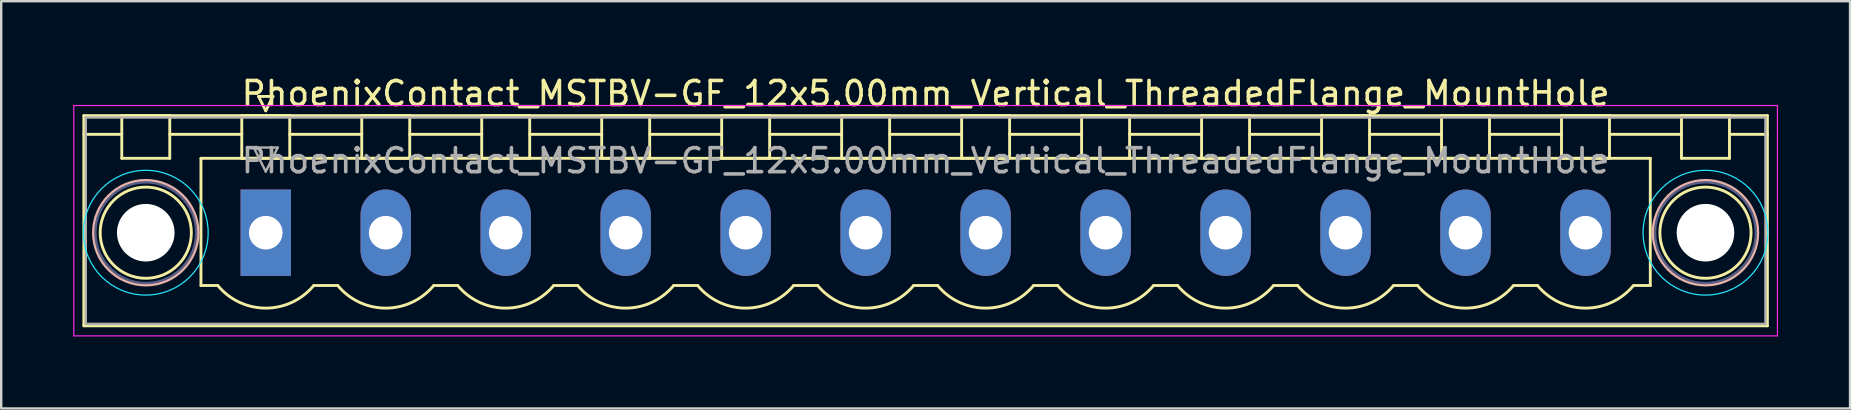
<source format=kicad_pcb>
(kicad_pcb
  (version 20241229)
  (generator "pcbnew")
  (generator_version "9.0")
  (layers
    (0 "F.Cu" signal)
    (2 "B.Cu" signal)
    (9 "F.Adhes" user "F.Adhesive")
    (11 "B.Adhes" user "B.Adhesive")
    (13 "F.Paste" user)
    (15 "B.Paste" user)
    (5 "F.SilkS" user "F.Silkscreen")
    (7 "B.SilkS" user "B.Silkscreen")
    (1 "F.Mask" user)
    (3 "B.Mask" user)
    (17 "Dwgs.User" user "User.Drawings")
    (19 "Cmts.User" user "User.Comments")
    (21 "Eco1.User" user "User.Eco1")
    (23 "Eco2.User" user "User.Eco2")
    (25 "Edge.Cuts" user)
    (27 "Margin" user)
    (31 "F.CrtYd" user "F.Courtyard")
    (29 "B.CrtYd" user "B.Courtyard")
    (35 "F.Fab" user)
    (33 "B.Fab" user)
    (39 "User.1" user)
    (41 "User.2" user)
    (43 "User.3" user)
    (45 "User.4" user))
  (footprint "PhoenixContact_MSTBV-GF_12x5.00mm_Vertical_ThreadedFlange_MountHole"
    (layer "F.Cu")
    (at 8.025 6.648)
    (property "Reference" "PhoenixContact_MSTBV-GF_12x5.00mm_Vertical_ThreadedFlange_MountHole" (at 27.5 -5.8 0) (layer "F.SilkS") (effects (font (size 1 1) (thickness 0.15))))
    (attr through_hole)
    (fp_line (start -7.58 -4.88) (end -7.58 3.88) (stroke (width 0.12) (type solid)) (layer "F.SilkS"))
    (fp_line (start -7.58 -4.1) (end -6.08 -4.1) (stroke (width 0.12) (type solid)) (layer "F.SilkS"))
    (fp_line (start -7.58 3.88) (end 62.58 3.88) (stroke (width 0.12) (type solid)) (layer "F.SilkS"))
    (fp_line (start -6 -4.88) (end -4 -4.88) (stroke (width 0.12) (type solid)) (layer "F.SilkS"))
    (fp_line (start -6 -3.1) (end -6 -4.88) (stroke (width 0.12) (type solid)) (layer "F.SilkS"))
    (fp_line (start -4 -4.88) (end -4 -3.1) (stroke (width 0.12) (type solid)) (layer "F.SilkS"))
    (fp_line (start -4 -4.1) (end -1 -4.1) (stroke (width 0.12) (type solid)) (layer "F.SilkS"))
    (fp_line (start -4 -3.1) (end -6 -3.1) (stroke (width 0.12) (type solid)) (layer "F.SilkS"))
    (fp_line (start -2.7 -3.1) (end 57.7 -3.1) (stroke (width 0.12) (type solid)) (layer "F.SilkS"))
    (fp_line (start -2.7 2.2) (end -2.7 -3.1) (stroke (width 0.12) (type solid)) (layer "F.SilkS"))
    (fp_line (start -2 2.2) (end -2.7 2.2) (stroke (width 0.12) (type solid)) (layer "F.SilkS"))
    (fp_line (start -1 -4.88) (end 1 -4.88) (stroke (width 0.12) (type solid)) (layer "F.SilkS"))
    (fp_line (start -1 -3.1) (end -1 -4.88) (stroke (width 0.12) (type solid)) (layer "F.SilkS"))
    (fp_line (start -0.3 -5.68) (end 0.3 -5.68) (stroke (width 0.12) (type solid)) (layer "F.SilkS"))
    (fp_line (start 0 -5.08) (end -0.3 -5.68) (stroke (width 0.12) (type solid)) (layer "F.SilkS"))
    (fp_line (start 0.3 -5.68) (end 0 -5.08) (stroke (width 0.12) (type solid)) (layer "F.SilkS"))
    (fp_line (start 1 -4.88) (end 1 -3.1) (stroke (width 0.12) (type solid)) (layer "F.SilkS"))
    (fp_line (start 1 -4.1) (end 4 -4.1) (stroke (width 0.12) (type solid)) (layer "F.SilkS"))
    (fp_line (start 1 -3.1) (end -1 -3.1) (stroke (width 0.12) (type solid)) (layer "F.SilkS"))
    (fp_line (start 2 2.2) (end 3 2.2) (stroke (width 0.12) (type solid)) (layer "F.SilkS"))
    (fp_line (start 4 -4.88) (end 6 -4.88) (stroke (width 0.12) (type solid)) (layer "F.SilkS"))
    (fp_line (start 4 -3.1) (end 4 -4.88) (stroke (width 0.12) (type solid)) (layer "F.SilkS"))
    (fp_line (start 6 -4.88) (end 6 -3.1) (stroke (width 0.12) (type solid)) (layer "F.SilkS"))
    (fp_line (start 6 -4.1) (end 9 -4.1) (stroke (width 0.12) (type solid)) (layer "F.SilkS"))
    (fp_line (start 6 -3.1) (end 4 -3.1) (stroke (width 0.12) (type solid)) (layer "F.SilkS"))
    (fp_line (start 7 2.2) (end 8 2.2) (stroke (width 0.12) (type solid)) (layer "F.SilkS"))
    (fp_line (start 9 -4.88) (end 11 -4.88) (stroke (width 0.12) (type solid)) (layer "F.SilkS"))
    (fp_line (start 9 -3.1) (end 9 -4.88) (stroke (width 0.12) (type solid)) (layer "F.SilkS"))
    (fp_line (start 11 -4.88) (end 11 -3.1) (stroke (width 0.12) (type solid)) (layer "F.SilkS"))
    (fp_line (start 11 -4.1) (end 14 -4.1) (stroke (width 0.12) (type solid)) (layer "F.SilkS"))
    (fp_line (start 11 -3.1) (end 9 -3.1) (stroke (width 0.12) (type solid)) (layer "F.SilkS"))
    (fp_line (start 12 2.2) (end 13 2.2) (stroke (width 0.12) (type solid)) (layer "F.SilkS"))
    (fp_line (start 14 -4.88) (end 16 -4.88) (stroke (width 0.12) (type solid)) (layer "F.SilkS"))
    (fp_line (start 14 -3.1) (end 14 -4.88) (stroke (width 0.12) (type solid)) (layer "F.SilkS"))
    (fp_line (start 16 -4.88) (end 16 -3.1) (stroke (width 0.12) (type solid)) (layer "F.SilkS"))
    (fp_line (start 16 -4.1) (end 19 -4.1) (stroke (width 0.12) (type solid)) (layer "F.SilkS"))
    (fp_line (start 16 -3.1) (end 14 -3.1) (stroke (width 0.12) (type solid)) (layer "F.SilkS"))
    (fp_line (start 17 2.2) (end 18 2.2) (stroke (width 0.12) (type solid)) (layer "F.SilkS"))
    (fp_line (start 19 -4.88) (end 21 -4.88) (stroke (width 0.12) (type solid)) (layer "F.SilkS"))
    (fp_line (start 19 -3.1) (end 19 -4.88) (stroke (width 0.12) (type solid)) (layer "F.SilkS"))
    (fp_line (start 21 -4.88) (end 21 -3.1) (stroke (width 0.12) (type solid)) (layer "F.SilkS"))
    (fp_line (start 21 -4.1) (end 24 -4.1) (stroke (width 0.12) (type solid)) (layer "F.SilkS"))
    (fp_line (start 21 -3.1) (end 19 -3.1) (stroke (width 0.12) (type solid)) (layer "F.SilkS"))
    (fp_line (start 22 2.2) (end 23 2.2) (stroke (width 0.12) (type solid)) (layer "F.SilkS"))
    (fp_line (start 24 -4.88) (end 26 -4.88) (stroke (width 0.12) (type solid)) (layer "F.SilkS"))
    (fp_line (start 24 -3.1) (end 24 -4.88) (stroke (width 0.12) (type solid)) (layer "F.SilkS"))
    (fp_line (start 26 -4.88) (end 26 -3.1) (stroke (width 0.12) (type solid)) (layer "F.SilkS"))
    (fp_line (start 26 -4.1) (end 29 -4.1) (stroke (width 0.12) (type solid)) (layer "F.SilkS"))
    (fp_line (start 26 -3.1) (end 24 -3.1) (stroke (width 0.12) (type solid)) (layer "F.SilkS"))
    (fp_line (start 27 2.2) (end 28 2.2) (stroke (width 0.12) (type solid)) (layer "F.SilkS"))
    (fp_line (start 29 -4.88) (end 31 -4.88) (stroke (width 0.12) (type solid)) (layer "F.SilkS"))
    (fp_line (start 29 -3.1) (end 29 -4.88) (stroke (width 0.12) (type solid)) (layer "F.SilkS"))
    (fp_line (start 31 -4.88) (end 31 -3.1) (stroke (width 0.12) (type solid)) (layer "F.SilkS"))
    (fp_line (start 31 -4.1) (end 34 -4.1) (stroke (width 0.12) (type solid)) (layer "F.SilkS"))
    (fp_line (start 31 -3.1) (end 29 -3.1) (stroke (width 0.12) (type solid)) (layer "F.SilkS"))
    (fp_line (start 32 2.2) (end 33 2.2) (stroke (width 0.12) (type solid)) (layer "F.SilkS"))
    (fp_line (start 34 -4.88) (end 36 -4.88) (stroke (width 0.12) (type solid)) (layer "F.SilkS"))
    (fp_line (start 34 -3.1) (end 34 -4.88) (stroke (width 0.12) (type solid)) (layer "F.SilkS"))
    (fp_line (start 36 -4.88) (end 36 -3.1) (stroke (width 0.12) (type solid)) (layer "F.SilkS"))
    (fp_line (start 36 -4.1) (end 39 -4.1) (stroke (width 0.12) (type solid)) (layer "F.SilkS"))
    (fp_line (start 36 -3.1) (end 34 -3.1) (stroke (width 0.12) (type solid)) (layer "F.SilkS"))
    (fp_line (start 37 2.2) (end 38 2.2) (stroke (width 0.12) (type solid)) (layer "F.SilkS"))
    (fp_line (start 39 -4.88) (end 41 -4.88) (stroke (width 0.12) (type solid)) (layer "F.SilkS"))
    (fp_line (start 39 -3.1) (end 39 -4.88) (stroke (width 0.12) (type solid)) (layer "F.SilkS"))
    (fp_line (start 41 -4.88) (end 41 -3.1) (stroke (width 0.12) (type solid)) (layer "F.SilkS"))
    (fp_line (start 41 -4.1) (end 44 -4.1) (stroke (width 0.12) (type solid)) (layer "F.SilkS"))
    (fp_line (start 41 -3.1) (end 39 -3.1) (stroke (width 0.12) (type solid)) (layer "F.SilkS"))
    (fp_line (start 42 2.2) (end 43 2.2) (stroke (width 0.12) (type solid)) (layer "F.SilkS"))
    (fp_line (start 44 -4.88) (end 46 -4.88) (stroke (width 0.12) (type solid)) (layer "F.SilkS"))
    (fp_line (start 44 -3.1) (end 44 -4.88) (stroke (width 0.12) (type solid)) (layer "F.SilkS"))
    (fp_line (start 46 -4.88) (end 46 -3.1) (stroke (width 0.12) (type solid)) (layer "F.SilkS"))
    (fp_line (start 46 -4.1) (end 49 -4.1) (stroke (width 0.12) (type solid)) (layer "F.SilkS"))
    (fp_line (start 46 -3.1) (end 44 -3.1) (stroke (width 0.12) (type solid)) (layer "F.SilkS"))
    (fp_line (start 47 2.2) (end 48 2.2) (stroke (width 0.12) (type solid)) (layer "F.SilkS"))
    (fp_line (start 49 -4.88) (end 51 -4.88) (stroke (width 0.12) (type solid)) (layer "F.SilkS"))
    (fp_line (start 49 -3.1) (end 49 -4.88) (stroke (width 0.12) (type solid)) (layer "F.SilkS"))
    (fp_line (start 51 -4.88) (end 51 -3.1) (stroke (width 0.12) (type solid)) (layer "F.SilkS"))
    (fp_line (start 51 -4.1) (end 54 -4.1) (stroke (width 0.12) (type solid)) (layer "F.SilkS"))
    (fp_line (start 51 -3.1) (end 49 -3.1) (stroke (width 0.12) (type solid)) (layer "F.SilkS"))
    (fp_line (start 52 2.2) (end 53 2.2) (stroke (width 0.12) (type solid)) (layer "F.SilkS"))
    (fp_line (start 54 -4.88) (end 56 -4.88) (stroke (width 0.12) (type solid)) (layer "F.SilkS"))
    (fp_line (start 54 -3.1) (end 54 -4.88) (stroke (width 0.12) (type solid)) (layer "F.SilkS"))
    (fp_line (start 56 -4.88) (end 56 -3.1) (stroke (width 0.12) (type solid)) (layer "F.SilkS"))
    (fp_line (start 56 -4.1) (end 59 -4.1) (stroke (width 0.12) (type solid)) (layer "F.SilkS"))
    (fp_line (start 56 -3.1) (end 54 -3.1) (stroke (width 0.12) (type solid)) (layer "F.SilkS"))
    (fp_line (start 57.7 -3.1) (end 57.7 2.2) (stroke (width 0.12) (type solid)) (layer "F.SilkS"))
    (fp_line (start 57.7 2.2) (end 57 2.2) (stroke (width 0.12) (type solid)) (layer "F.SilkS"))
    (fp_line (start 59 -4.88) (end 61 -4.88) (stroke (width 0.12) (type solid)) (layer "F.SilkS"))
    (fp_line (start 59 -3.1) (end 59 -4.88) (stroke (width 0.12) (type solid)) (layer "F.SilkS"))
    (fp_line (start 61 -4.88) (end 61 -3.1) (stroke (width 0.12) (type solid)) (layer "F.SilkS"))
    (fp_line (start 61 -3.1) (end 59 -3.1) (stroke (width 0.12) (type solid)) (layer "F.SilkS"))
    (fp_line (start 62.58 -4.88) (end -7.58 -4.88) (stroke (width 0.12) (type solid)) (layer "F.SilkS"))
    (fp_line (start 62.58 -4.1) (end 61.08 -4.1) (stroke (width 0.12) (type solid)) (layer "F.SilkS"))
    (fp_line (start 62.58 3.88) (end 62.58 -4.88) (stroke (width 0.12) (type solid)) (layer "F.SilkS"))
    (fp_arc (start 1.986842 2.215821) (mid -0.010289 3.142758) (end -2 2.2) (stroke (width 0.12) (type solid)) (layer "F.SilkS"))
    (fp_arc (start 6.986842 2.215821) (mid 4.989711 3.142758) (end 3 2.2) (stroke (width 0.12) (type solid)) (layer "F.SilkS"))
    (fp_arc (start 11.986842 2.215821) (mid 9.989711 3.142758) (end 8 2.2) (stroke (width 0.12) (type solid)) (layer "F.SilkS"))
    (fp_arc (start 16.986842 2.215821) (mid 14.989711 3.142758) (end 13 2.2) (stroke (width 0.12) (type solid)) (layer "F.SilkS"))
    (fp_arc (start 21.986842 2.215821) (mid 19.989711 3.142758) (end 18 2.2) (stroke (width 0.12) (type solid)) (layer "F.SilkS"))
    (fp_arc (start 26.986842 2.215821) (mid 24.989711 3.142758) (end 23 2.2) (stroke (width 0.12) (type solid)) (layer "F.SilkS"))
    (fp_arc (start 31.986842 2.215821) (mid 29.989711 3.142758) (end 28 2.2) (stroke (width 0.12) (type solid)) (layer "F.SilkS"))
    (fp_arc (start 36.986842 2.215821) (mid 34.989711 3.142758) (end 33 2.2) (stroke (width 0.12) (type solid)) (layer "F.SilkS"))
    (fp_arc (start 41.986842 2.215821) (mid 39.989711 3.142758) (end 38 2.2) (stroke (width 0.12) (type solid)) (layer "F.SilkS"))
    (fp_arc (start 46.986842 2.215821) (mid 44.989711 3.142758) (end 43 2.2) (stroke (width 0.12) (type solid)) (layer "F.SilkS"))
    (fp_arc (start 51.986842 2.215821) (mid 49.989711 3.142758) (end 48 2.2) (stroke (width 0.12) (type solid)) (layer "F.SilkS"))
    (fp_arc (start 56.986842 2.215821) (mid 54.989711 3.142758) (end 53 2.2) (stroke (width 0.12) (type solid)) (layer "F.SilkS"))
    (fp_circle (center -5 0) (end -3.1 0) (stroke (width 0.12) (type solid)) (fill no) (layer "F.SilkS"))
    (fp_circle (center 60 0) (end 61.9 0) (stroke (width 0.12) (type solid)) (fill no) (layer "F.SilkS"))
    (fp_circle (center -5 0) (end -2.82 0) (stroke (width 0.12) (type solid)) (fill no) (layer "B.SilkS"))
    (fp_circle (center 60 0) (end 62.18 0) (stroke (width 0.12) (type solid)) (fill no) (layer "B.SilkS"))
    (fp_circle (center -5 0) (end -2.4 0) (stroke (width 0.05) (type solid)) (fill no) (layer "B.CrtYd"))
    (fp_circle (center 60 0) (end 62.6 0) (stroke (width 0.05) (type solid)) (fill no) (layer "B.CrtYd"))
    (fp_line (start -8 -5.3) (end -8 4.3) (stroke (width 0.05) (type solid)) (layer "F.CrtYd"))
    (fp_line (start -8 4.3) (end 63 4.3) (stroke (width 0.05) (type solid)) (layer "F.CrtYd"))
    (fp_line (start 63 -5.3) (end -8 -5.3) (stroke (width 0.05) (type solid)) (layer "F.CrtYd"))
    (fp_line (start 63 4.3) (end 63 -5.3) (stroke (width 0.05) (type solid)) (layer "F.CrtYd"))
    (fp_circle (center -5 0) (end -2.9 0) (stroke (width 0.1) (type solid)) (fill no) (layer "B.Fab"))
    (fp_circle (center 60 0) (end 62.1 0) (stroke (width 0.1) (type solid)) (fill no) (layer "B.Fab"))
    (fp_line (start -7.5 -4.8) (end -7.5 3.8) (stroke (width 0.1) (type solid)) (layer "F.Fab"))
    (fp_line (start -7.5 3.8) (end 62.5 3.8) (stroke (width 0.1) (type solid)) (layer "F.Fab"))
    (fp_line (start -0.5 -3.55) (end 0.5 -3.55) (stroke (width 0.1) (type solid)) (layer "F.Fab"))
    (fp_line (start 0 -2.55) (end -0.5 -3.55) (stroke (width 0.1) (type solid)) (layer "F.Fab"))
    (fp_line (start 0.5 -3.55) (end 0 -2.55) (stroke (width 0.1) (type solid)) (layer "F.Fab"))
    (fp_line (start 62.5 -4.8) (end -7.5 -4.8) (stroke (width 0.1) (type solid)) (layer "F.Fab"))
    (fp_line (start 62.5 3.8) (end 62.5 -4.8) (stroke (width 0.1) (type solid)) (layer "F.Fab"))
    (fp_text user "${REFERENCE}" (at 27.5 -3 0) (layer "F.Fab") (effects (font (size 1 1) (thickness 0.15))))
    (pad "" np_thru_hole circle (at -5 0) (size 2.4 2.4) (drill 2.4) (layers "*.Cu" "*.Mask"))
    (pad "" np_thru_hole circle (at 60 0) (size 2.4 2.4) (drill 2.4) (layers "*.Cu" "*.Mask"))
    (pad "1" thru_hole rect (at 0 0) (size 2.1 3.6) (drill 1.4) (layers "*.Cu" "*.Mask"))
    (pad "2" thru_hole oval (at 5 0) (size 2.1 3.6) (drill 1.4) (layers "*.Cu" "*.Mask"))
    (pad "3" thru_hole oval (at 10 0) (size 2.1 3.6) (drill 1.4) (layers "*.Cu" "*.Mask"))
    (pad "4" thru_hole oval (at 15 0) (size 2.1 3.6) (drill 1.4) (layers "*.Cu" "*.Mask"))
    (pad "5" thru_hole oval (at 20 0) (size 2.1 3.6) (drill 1.4) (layers "*.Cu" "*.Mask"))
    (pad "6" thru_hole oval (at 25 0) (size 2.1 3.6) (drill 1.4) (layers "*.Cu" "*.Mask"))
    (pad "7" thru_hole oval (at 30 0) (size 2.1 3.6) (drill 1.4) (layers "*.Cu" "*.Mask"))
    (pad "8" thru_hole oval (at 35 0) (size 2.1 3.6) (drill 1.4) (layers "*.Cu" "*.Mask"))
    (pad "9" thru_hole oval (at 40 0) (size 2.1 3.6) (drill 1.4) (layers "*.Cu" "*.Mask"))
    (pad "10" thru_hole oval (at 45 0) (size 2.1 3.6) (drill 1.4) (layers "*.Cu" "*.Mask"))
    (pad "11" thru_hole oval (at 50 0) (size 2.1 3.6) (drill 1.4) (layers "*.Cu" "*.Mask"))
    (pad "12" thru_hole oval (at 55 0) (size 2.1 3.6) (drill 1.4) (layers "*.Cu" "*.Mask")))
  (gr_rect
    (start -3 -3)
    (end 74.05 13.973)
    (stroke (width 0.1) (type default))
    (fill no)
    (layer "Edge.Cuts")))
</source>
